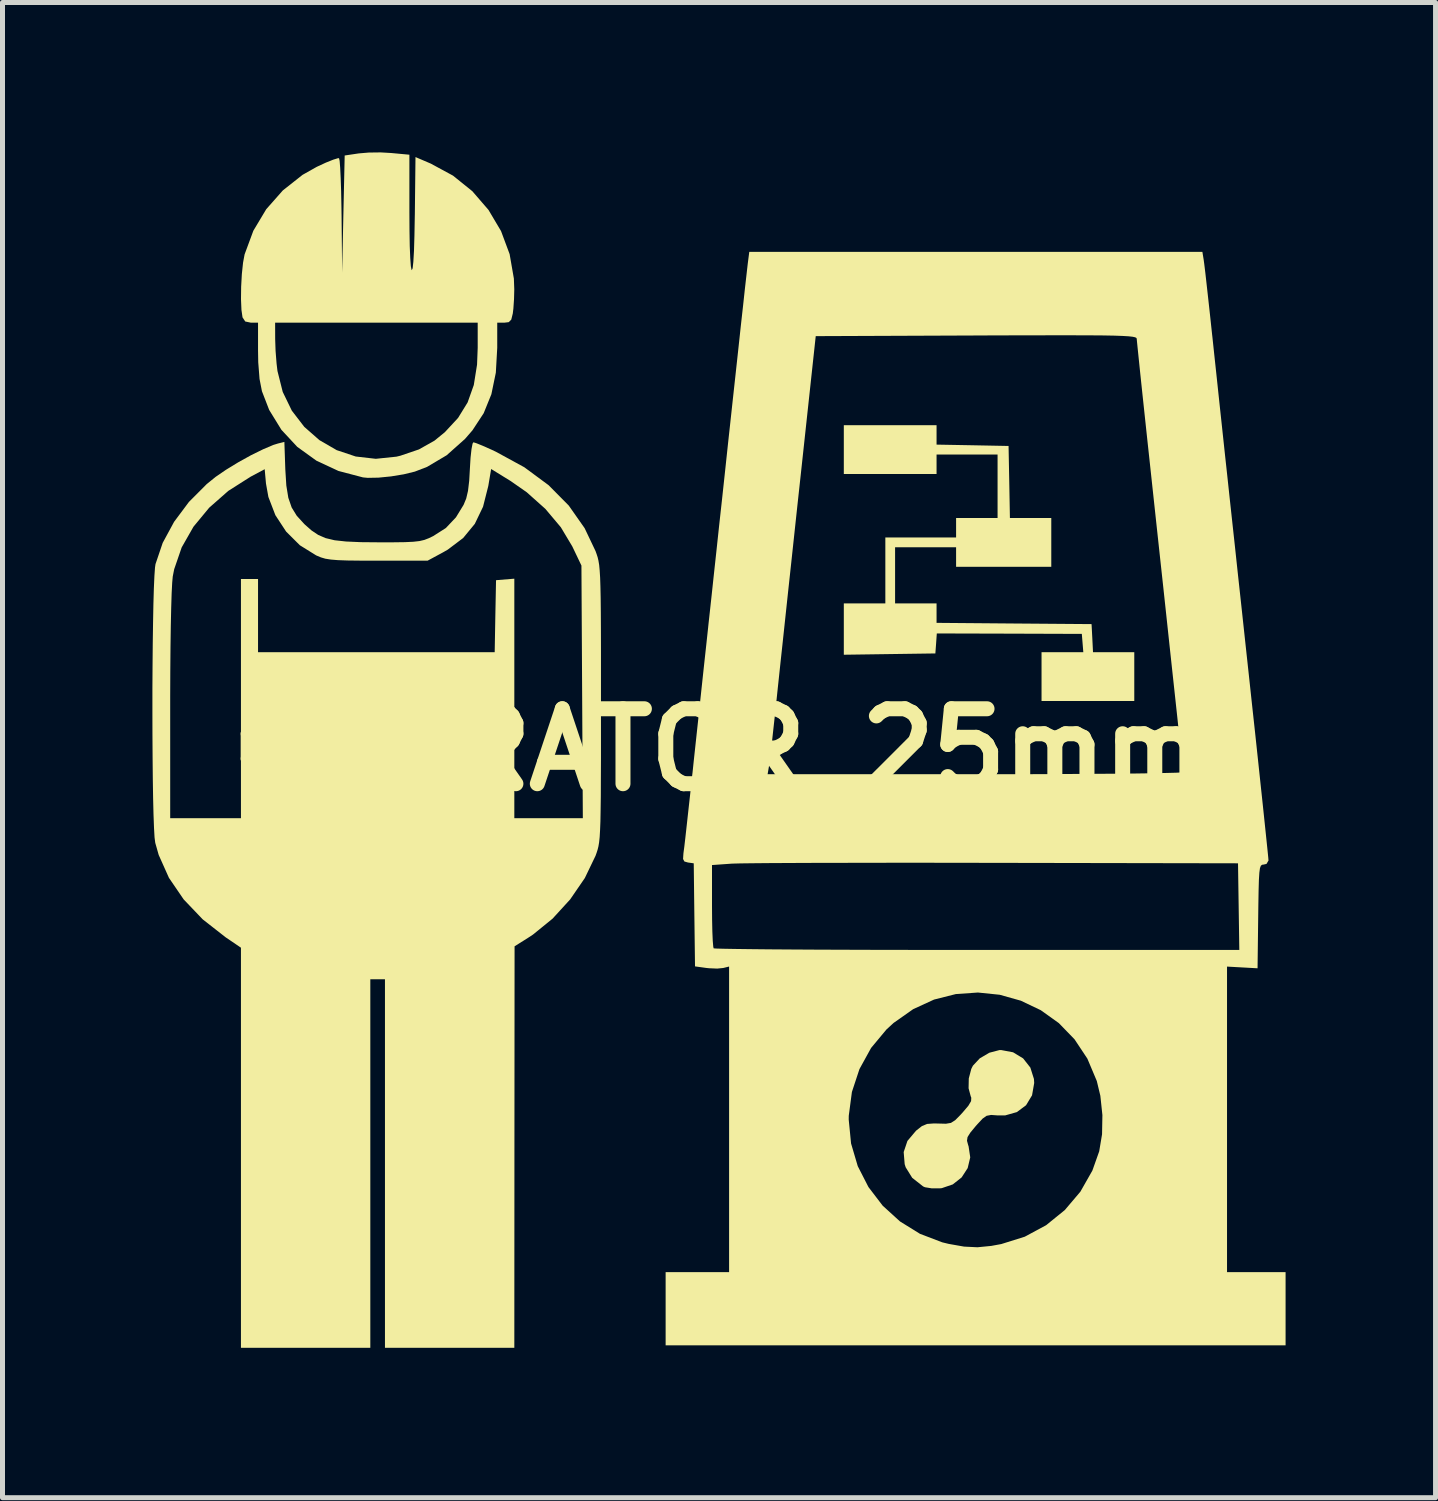
<source format=kicad_pcb>
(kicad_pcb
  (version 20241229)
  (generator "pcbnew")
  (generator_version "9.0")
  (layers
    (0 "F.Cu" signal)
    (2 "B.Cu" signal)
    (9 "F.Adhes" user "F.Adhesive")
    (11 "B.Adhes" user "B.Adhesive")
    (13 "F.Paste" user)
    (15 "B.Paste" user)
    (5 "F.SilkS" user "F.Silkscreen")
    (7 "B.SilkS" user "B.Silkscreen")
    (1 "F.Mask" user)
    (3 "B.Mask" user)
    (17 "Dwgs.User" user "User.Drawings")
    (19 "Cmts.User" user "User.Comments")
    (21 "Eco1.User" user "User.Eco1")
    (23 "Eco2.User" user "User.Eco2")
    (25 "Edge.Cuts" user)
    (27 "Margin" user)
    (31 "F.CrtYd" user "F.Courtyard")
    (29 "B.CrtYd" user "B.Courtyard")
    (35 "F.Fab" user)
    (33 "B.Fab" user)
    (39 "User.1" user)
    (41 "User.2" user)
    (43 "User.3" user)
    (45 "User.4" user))
  (footprint "OPERATOR_25mm"
    (layer "F.Cu")
    (at 11.346 11.956)
    (property "Reference" "OPERATOR_25mm" (at 0 0 0) (layer "F.SilkS") (effects (font (size 1.5 1.5) (thickness 0.3))))
    (attr board_only exclude_from_pos_files exclude_from_bom)
    (fp_poly (pts (xy 5.878 6.053) (xy 6.079 6.175) (xy 6.224 6.359) (xy 6.296 6.587) (xy 6.301 6.668) (xy 6.258 6.914) (xy 6.138 7.113) (xy 5.954 7.25) (xy 5.721 7.316) (xy 5.566 7.316) (xy 5.438 7.307) (xy 5.349 7.324) (xy 5.269 7.38) (xy 5.165 7.492) (xy 5.131 7.53) (xy 5.022 7.662) (xy 4.967 7.75) (xy 4.956 7.823) (xy 4.98 7.912) (xy 4.988 7.935) (xy 5.021 8.156) (xy 4.97 8.37) (xy 4.849 8.557) (xy 4.672 8.697) (xy 4.452 8.772) (xy 4.411 8.776) (xy 4.25 8.776) (xy 4.116 8.754) (xy 4.079 8.738) (xy 3.86 8.566) (xy 3.729 8.355) (xy 3.709 8.292) (xy 3.689 8.05) (xy 3.764 7.827) (xy 3.936 7.623) (xy 3.941 7.619) (xy 4.054 7.53) (xy 4.158 7.487) (xy 4.294 7.477) (xy 4.385 7.479) (xy 4.535 7.483) (xy 4.635 7.466) (xy 4.72 7.412) (xy 4.825 7.306) (xy 4.868 7.259) (xy 4.984 7.122) (xy 5.038 7.03) (xy 5.042 6.962) (xy 5.031 6.935) (xy 4.988 6.774) (xy 4.992 6.576) (xy 5.042 6.386) (xy 5.074 6.322) (xy 5.212 6.174) (xy 5.403 6.062) (xy 5.605 6.009) (xy 5.638 6.008)) (stroke (width 0) (type solid)) (fill yes) (layer "F.SilkS"))
    (fp_poly (pts (xy 4.347 -6.302) (xy 4.347 -6.108) (xy 5.068 -6.095) (xy 5.788 -6.081) (xy 5.802 -5.361) (xy 5.815 -4.64) (xy 6.229 -4.64) (xy 6.643 -4.64) (xy 6.643 -4.152) (xy 6.643 -3.663) (xy 5.691 -3.663) (xy 4.738 -3.663) (xy 4.738 -3.859) (xy 4.738 -4.054) (xy 4.128 -4.054) (xy 3.517 -4.054) (xy 3.517 -3.493) (xy 3.517 -2.931) (xy 3.932 -2.931) (xy 4.347 -2.931) (xy 4.347 -2.736) (xy 4.347 -2.541) (xy 5.898 -2.528) (xy 7.449 -2.516) (xy 7.464 -2.235) (xy 7.478 -1.954) (xy 7.891 -1.954) (xy 8.304 -1.954) (xy 8.304 -1.465) (xy 8.304 -0.977) (xy 7.376 -0.977) (xy 6.448 -0.977) (xy 6.448 -1.465) (xy 6.448 -1.954) (xy 6.866 -1.954) (xy 7.284 -1.954) (xy 7.269 -2.137) (xy 7.254 -2.32) (xy 5.803 -2.325) (xy 4.352 -2.329) (xy 4.338 -2.129) (xy 4.323 -1.929) (xy 3.407 -1.916) (xy 2.491 -1.903) (xy 2.491 -2.417) (xy 2.491 -2.931) (xy 2.906 -2.931) (xy 3.322 -2.931) (xy 3.322 -3.59) (xy 3.322 -4.25) (xy 4.03 -4.25) (xy 4.738 -4.25) (xy 4.738 -4.445) (xy 4.738 -4.64) (xy 5.153 -4.64) (xy 5.568 -4.64) (xy 5.568 -5.275) (xy 5.568 -5.91) (xy 4.958 -5.91) (xy 4.347 -5.91) (xy 4.347 -5.715) (xy 4.347 -5.52) (xy 3.419 -5.52) (xy 2.491 -5.52) (xy 2.491 -6.008) (xy 2.491 -6.497) (xy 3.419 -6.497) (xy 4.347 -6.497)) (stroke (width 0) (type solid)) (fill yes) (layer "F.SilkS"))
    (fp_poly (pts (xy -6.569 -11.944) (xy -6.203 -11.91) (xy -6.203 -10.769) (xy -6.201 -10.397) (xy -6.196 -10.085) (xy -6.186 -9.843) (xy -6.174 -9.679) (xy -6.159 -9.603) (xy -6.156 -9.599) (xy -6.138 -9.636) (xy -6.124 -9.766) (xy -6.111 -9.987) (xy -6.102 -10.293) (xy -6.095 -10.68) (xy -6.094 -10.716) (xy -6.081 -11.863) (xy -5.775 -11.732) (xy -5.33 -11.491) (xy -4.943 -11.179) (xy -4.62 -10.805) (xy -4.369 -10.382) (xy -4.197 -9.92) (xy -4.112 -9.431) (xy -4.104 -9.217) (xy -4.109 -9.019) (xy -4.122 -8.829) (xy -4.134 -8.731) (xy -4.164 -8.61) (xy -4.214 -8.559) (xy -4.305 -8.548) (xy -4.445 -8.548) (xy -4.445 -8.045) (xy -4.473 -7.548) (xy -4.562 -7.117) (xy -4.716 -6.737) (xy -4.941 -6.394) (xy -5.091 -6.221) (xy -5.457 -5.895) (xy -5.85 -5.662) (xy -6.094 -5.568) (xy -6.315 -5.514) (xy -6.57 -5.472) (xy -6.822 -5.447) (xy -7.037 -5.443) (xy -7.132 -5.452) (xy -7.623 -5.581) (xy -8.064 -5.787) (xy -8.447 -6.063) (xy -8.764 -6.404) (xy -9.009 -6.802) (xy -9.154 -7.177) (xy -9.202 -7.423) (xy -9.228 -7.755) (xy -9.232 -7.995) (xy -9.232 -8.548) (xy -8.89 -8.548) (xy -8.889 -8.218) (xy -8.881 -7.984) (xy -8.861 -7.73) (xy -8.843 -7.581) (xy -8.738 -7.163) (xy -8.556 -6.788) (xy -8.307 -6.464) (xy -8.004 -6.198) (xy -7.657 -5.997) (xy -7.277 -5.87) (xy -6.875 -5.824) (xy -6.462 -5.867) (xy -6.383 -5.886) (xy -6.012 -6.012) (xy -5.7 -6.188) (xy -5.493 -6.357) (xy -5.229 -6.642) (xy -5.038 -6.952) (xy -4.914 -7.301) (xy -4.849 -7.708) (xy -4.836 -8.044) (xy -4.836 -8.548) (xy -6.863 -8.548) (xy -8.89 -8.548) (xy -9.232 -8.548) (xy -9.373 -8.548) (xy -9.488 -8.572) (xy -9.542 -8.654) (xy -9.543 -8.658) (xy -9.564 -8.805) (xy -9.573 -9.019) (xy -9.57 -9.268) (xy -9.556 -9.521) (xy -9.532 -9.749) (xy -9.501 -9.915) (xy -9.326 -10.388) (xy -9.068 -10.819) (xy -8.736 -11.195) (xy -8.341 -11.507) (xy -8.057 -11.667) (xy -7.876 -11.751) (xy -7.726 -11.811) (xy -7.632 -11.84) (xy -7.611 -11.84) (xy -7.599 -11.786) (xy -7.588 -11.648) (xy -7.578 -11.441) (xy -7.569 -11.178) (xy -7.563 -10.873) (xy -7.56 -10.682) (xy -7.549 -9.549) (xy -7.524 -10.722) (xy -7.498 -11.894) (xy -7.216 -11.936) (xy -7.017 -11.953) (xy -6.777 -11.956)) (stroke (width 0) (type solid)) (fill yes) (layer "F.SilkS"))
    (fp_poly (pts (xy -8.686 -5.609) (xy -8.666 -5.29) (xy -8.626 -5.044) (xy -8.559 -4.85) (xy -8.457 -4.684) (xy -8.31 -4.523) (xy -8.296 -4.509) (xy -8.161 -4.39) (xy -8.028 -4.301) (xy -7.88 -4.237) (xy -7.7 -4.194) (xy -7.471 -4.169) (xy -7.176 -4.156) (xy -6.836 -4.153) (xy -6.525 -4.153) (xy -6.294 -4.156) (xy -6.125 -4.164) (xy -6.001 -4.178) (xy -5.903 -4.201) (xy -5.815 -4.235) (xy -5.726 -4.278) (xy -5.473 -4.439) (xy -5.271 -4.653) (xy -5.118 -4.903) (xy -5.066 -5.029) (xy -5.03 -5.182) (xy -5.006 -5.385) (xy -4.992 -5.63) (xy -4.979 -5.846) (xy -4.96 -6.018) (xy -4.939 -6.127) (xy -4.922 -6.155) (xy -4.859 -6.135) (xy -4.731 -6.083) (xy -4.56 -6.007) (xy -4.471 -5.965) (xy -3.903 -5.655) (xy -3.417 -5.296) (xy -3.014 -4.889) (xy -2.696 -4.436) (xy -2.478 -3.978) (xy -2.455 -3.914) (xy -2.435 -3.852) (xy -2.419 -3.783) (xy -2.405 -3.698) (xy -2.395 -3.59) (xy -2.386 -3.449) (xy -2.38 -3.269) (xy -2.375 -3.039) (xy -2.372 -2.753) (xy -2.37 -2.402) (xy -2.369 -1.977) (xy -2.369 -1.47) (xy -2.369 -0.928) (xy -2.369 -0.339) (xy -2.369 0.16) (xy -2.371 0.578) (xy -2.372 0.924) (xy -2.376 1.205) (xy -2.38 1.43) (xy -2.387 1.606) (xy -2.395 1.744) (xy -2.406 1.85) (xy -2.42 1.933) (xy -2.437 2.001) (xy -2.457 2.063) (xy -2.478 2.121) (xy -2.692 2.566) (xy -2.985 2.993) (xy -3.337 3.378) (xy -3.729 3.697) (xy -3.826 3.761) (xy -4.098 3.932) (xy -4.101 7.95) (xy -4.103 11.967) (xy -5.397 11.967) (xy -6.692 11.967) (xy -6.692 8.279) (xy -6.692 4.592) (xy -6.838 4.592) (xy -6.985 4.592) (xy -6.985 8.279) (xy -6.985 11.967) (xy -8.279 11.967) (xy -9.574 11.967) (xy -9.574 7.964) (xy -9.574 3.96) (xy -9.879 3.753) (xy -10.339 3.393) (xy -10.72 2.994) (xy -11.015 2.562) (xy -11.22 2.104) (xy -11.289 1.861) (xy -11.303 1.753) (xy -11.314 1.559) (xy -11.321 1.368) (xy -10.99 1.368) (xy -10.282 1.368) (xy -9.574 1.368) (xy -9.574 -1.026) (xy -9.574 -3.419) (xy -9.403 -3.419) (xy -9.232 -3.419) (xy -9.232 -2.687) (xy -9.232 -1.954) (xy -6.864 -1.954) (xy -4.496 -1.954) (xy -4.483 -2.674) (xy -4.469 -3.395) (xy -4.286 -3.41) (xy -4.103 -3.425) (xy -4.103 -1.029) (xy -4.103 1.368) (xy -3.418 1.368) (xy -2.732 1.368) (xy -2.746 -1.16) (xy -2.76 -3.688) (xy -2.943 -4.071) (xy -3.172 -4.454) (xy -3.482 -4.822) (xy -3.855 -5.155) (xy -4.176 -5.379) (xy -4.567 -5.62) (xy -4.624 -5.28) (xy -4.729 -4.865) (xy -4.894 -4.522) (xy -5.127 -4.239) (xy -5.434 -4.007) (xy -5.528 -3.953) (xy -5.837 -3.786) (xy -6.838 -3.786) (xy -7.181 -3.786) (xy -7.441 -3.789) (xy -7.634 -3.796) (xy -7.777 -3.808) (xy -7.885 -3.825) (xy -7.973 -3.851) (xy -8.057 -3.886) (xy -8.07 -3.892) (xy -8.395 -4.094) (xy -8.67 -4.368) (xy -8.885 -4.696) (xy -9.025 -5.061) (xy -9.073 -5.329) (xy -9.099 -5.616) (xy -9.382 -5.465) (xy -9.827 -5.182) (xy -10.21 -4.845) (xy -10.524 -4.465) (xy -10.76 -4.051) (xy -10.91 -3.615) (xy -10.939 -3.468) (xy -10.95 -3.344) (xy -10.961 -3.131) (xy -10.97 -2.838) (xy -10.978 -2.475) (xy -10.984 -2.051) (xy -10.988 -1.575) (xy -10.99 -1.055) (xy -10.99 -0.891) (xy -10.99 1.368) (xy -11.321 1.368) (xy -11.324 1.29) (xy -11.332 0.959) (xy -11.338 0.577) (xy -11.342 0.156) (xy -11.345 -0.293) (xy -11.346 -0.758) (xy -11.346 -1.227) (xy -11.343 -1.689) (xy -11.339 -2.131) (xy -11.333 -2.543) (xy -11.326 -2.912) (xy -11.317 -3.227) (xy -11.306 -3.476) (xy -11.294 -3.648) (xy -11.284 -3.717) (xy -11.14 -4.142) (xy -10.912 -4.563) (xy -10.615 -4.961) (xy -10.259 -5.318) (xy -10.08 -5.463) (xy -9.874 -5.604) (xy -9.63 -5.753) (xy -9.374 -5.895) (xy -9.13 -6.015) (xy -8.925 -6.102) (xy -8.834 -6.13) (xy -8.705 -6.162)) (stroke (width 0) (type solid)) (fill yes) (layer "F.SilkS"))
    (fp_poly (pts (xy 9.693 -9.806) (xy 9.705 -9.717) (xy 9.726 -9.545) (xy 9.753 -9.304) (xy 9.786 -9.008) (xy 9.823 -8.671) (xy 9.862 -8.307) (xy 9.868 -8.255) (xy 9.907 -7.887) (xy 9.944 -7.544) (xy 9.979 -7.215) (xy 10.013 -6.894) (xy 10.048 -6.57) (xy 10.084 -6.234) (xy 10.122 -5.879) (xy 10.164 -5.495) (xy 10.209 -5.074) (xy 10.26 -4.605) (xy 10.317 -4.082) (xy 10.38 -3.494) (xy 10.452 -2.834) (xy 10.532 -2.092) (xy 10.598 -1.485) (xy 10.661 -0.899) (xy 10.722 -0.34) (xy 10.778 0.183) (xy 10.829 0.664) (xy 10.875 1.094) (xy 10.914 1.466) (xy 10.946 1.772) (xy 10.97 2.004) (xy 10.985 2.154) (xy 10.99 2.215) (xy 10.99 2.215) (xy 10.95 2.283) (xy 10.894 2.296) (xy 10.862 2.3) (xy 10.837 2.32) (xy 10.819 2.369) (xy 10.807 2.459) (xy 10.798 2.602) (xy 10.792 2.809) (xy 10.787 3.095) (xy 10.784 3.334) (xy 10.771 4.372) (xy 10.465 4.355) (xy 10.16 4.338) (xy 10.16 7.396) (xy 10.16 10.453) (xy 10.746 10.453) (xy 11.332 10.453) (xy 11.332 11.186) (xy 11.332 11.918) (xy 5.129 11.918) (xy -1.075 11.918) (xy -1.075 11.186) (xy -1.075 10.453) (xy -0.44 10.453) (xy 0.195 10.453) (xy 0.195 7.4) (xy 2.589 7.4) (xy 2.636 7.878) (xy 2.77 8.332) (xy 2.984 8.75) (xy 3.268 9.122) (xy 3.615 9.438) (xy 4.015 9.686) (xy 4.46 9.856) (xy 4.592 9.888) (xy 4.898 9.942) (xy 5.165 9.955) (xy 5.441 9.928) (xy 5.642 9.891) (xy 6.112 9.744) (xy 6.539 9.514) (xy 6.913 9.211) (xy 7.225 8.843) (xy 7.465 8.421) (xy 7.602 8.035) (xy 7.659 7.694) (xy 7.666 7.31) (xy 7.625 6.924) (xy 7.554 6.628) (xy 7.365 6.18) (xy 7.108 5.793) (xy 6.794 5.469) (xy 6.433 5.211) (xy 6.035 5.021) (xy 5.612 4.902) (xy 5.175 4.857) (xy 4.733 4.888) (xy 4.297 4.998) (xy 3.879 5.19) (xy 3.488 5.465) (xy 3.344 5.597) (xy 3.037 5.966) (xy 2.804 6.389) (xy 2.653 6.847) (xy 2.59 7.324) (xy 2.589 7.4) (xy 0.195 7.4) (xy 0.195 7.395) (xy 0.195 4.337) (xy 0.078 4.366) (xy -0.043 4.378) (xy -0.205 4.371) (xy -0.263 4.365) (xy -0.487 4.334) (xy -0.5 3.303) (xy -0.512 2.306) (xy -0.147 2.306) (xy -0.147 3.123) (xy -0.145 3.396) (xy -0.14 3.635) (xy -0.132 3.821) (xy -0.122 3.939) (xy -0.114 3.973) (xy -0.062 3.977) (xy 0.082 3.981) (xy 0.31 3.985) (xy 0.618 3.989) (xy 0.997 3.993) (xy 1.442 3.996) (xy 1.947 3.999) (xy 2.505 4.001) (xy 3.11 4.003) (xy 3.755 4.004) (xy 4.434 4.005) (xy 5.141 4.005) (xy 5.163 4.005) (xy 10.406 4.005) (xy 10.393 3.138) (xy 10.38 2.271) (xy 5.495 2.262) (xy 4.804 2.261) (xy 4.134 2.26) (xy 3.493 2.26) (xy 2.889 2.261) (xy 2.327 2.262) (xy 1.816 2.263) (xy 1.363 2.265) (xy 0.975 2.267) (xy 0.659 2.27) (xy 0.423 2.273) (xy 0.273 2.277) (xy 0.232 2.279) (xy -0.147 2.306) (xy -0.512 2.306) (xy -0.513 2.271) (xy -0.628 2.255) (xy -0.699 2.235) (xy -0.726 2.185) (xy -0.719 2.075) (xy -0.714 2.035) (xy -0.701 1.938) (xy -0.68 1.757) (xy -0.652 1.505) (xy -0.618 1.196) (xy -0.579 0.843) (xy -0.541 0.488) (xy 0.966 0.488) (xy 5.123 0.488) (xy 5.751 0.488) (xy 6.35 0.487) (xy 6.914 0.484) (xy 7.434 0.481) (xy 7.904 0.478) (xy 8.317 0.474) (xy 8.666 0.469) (xy 8.943 0.463) (xy 9.142 0.458) (xy 9.256 0.452) (xy 9.281 0.447) (xy 9.276 0.394) (xy 9.261 0.25) (xy 9.237 0.023) (xy 9.204 -0.28) (xy 9.165 -0.652) (xy 9.118 -1.086) (xy 9.065 -1.575) (xy 9.007 -2.112) (xy 8.945 -2.69) (xy 8.879 -3.302) (xy 8.817 -3.872) (xy 8.748 -4.509) (xy 8.682 -5.12) (xy 8.62 -5.696) (xy 8.562 -6.231) (xy 8.51 -6.718) (xy 8.464 -7.149) (xy 8.425 -7.518) (xy 8.394 -7.818) (xy 8.371 -8.041) (xy 8.357 -8.18) (xy 8.353 -8.227) (xy 8.346 -8.243) (xy 8.321 -8.256) (xy 8.27 -8.267) (xy 8.188 -8.276) (xy 8.067 -8.283) (xy 7.9 -8.289) (xy 7.681 -8.293) (xy 7.403 -8.295) (xy 7.058 -8.296) (xy 6.641 -8.296) (xy 6.144 -8.295) (xy 5.56 -8.294) (xy 5.141 -8.292) (xy 1.929 -8.279) (xy 1.628 -5.495) (xy 1.566 -4.927) (xy 1.503 -4.341) (xy 1.44 -3.755) (xy 1.378 -3.183) (xy 1.32 -2.641) (xy 1.267 -2.145) (xy 1.22 -1.71) (xy 1.182 -1.353) (xy 1.173 -1.27) (xy 1.134 -0.897) (xy 1.096 -0.55) (xy 1.062 -0.241) (xy 1.032 0.016) (xy 1.01 0.206) (xy 0.996 0.316) (xy 0.993 0.33) (xy 0.966 0.488) (xy -0.541 0.488) (xy -0.537 0.459) (xy -0.512 0.22) (xy -0.463 -0.234) (xy -0.411 -0.716) (xy -0.359 -1.202) (xy -0.309 -1.668) (xy -0.263 -2.089) (xy -0.225 -2.441) (xy -0.22 -2.491) (xy -0.192 -2.746) (xy -0.155 -3.086) (xy -0.111 -3.496) (xy -0.06 -3.965) (xy -0.005 -4.479) (xy 0.055 -5.024) (xy 0.116 -5.589) (xy 0.177 -6.16) (xy 0.219 -6.545) (xy 0.277 -7.079) (xy 0.333 -7.59) (xy 0.385 -8.068) (xy 0.432 -8.504) (xy 0.475 -8.889) (xy 0.51 -9.214) (xy 0.539 -9.469) (xy 0.559 -9.645) (xy 0.569 -9.733) (xy 0.599 -9.965) (xy 5.133 -9.965) (xy 9.667 -9.965)) (stroke (width 0) (type solid)) (fill yes) (layer "F.SilkS")))
  (gr_rect
    (start -3 -3)
    (end 25.679 26.923)
    (stroke (width 0.1) (type default))
    (fill no)
    (layer "Edge.Cuts")))
</source>
